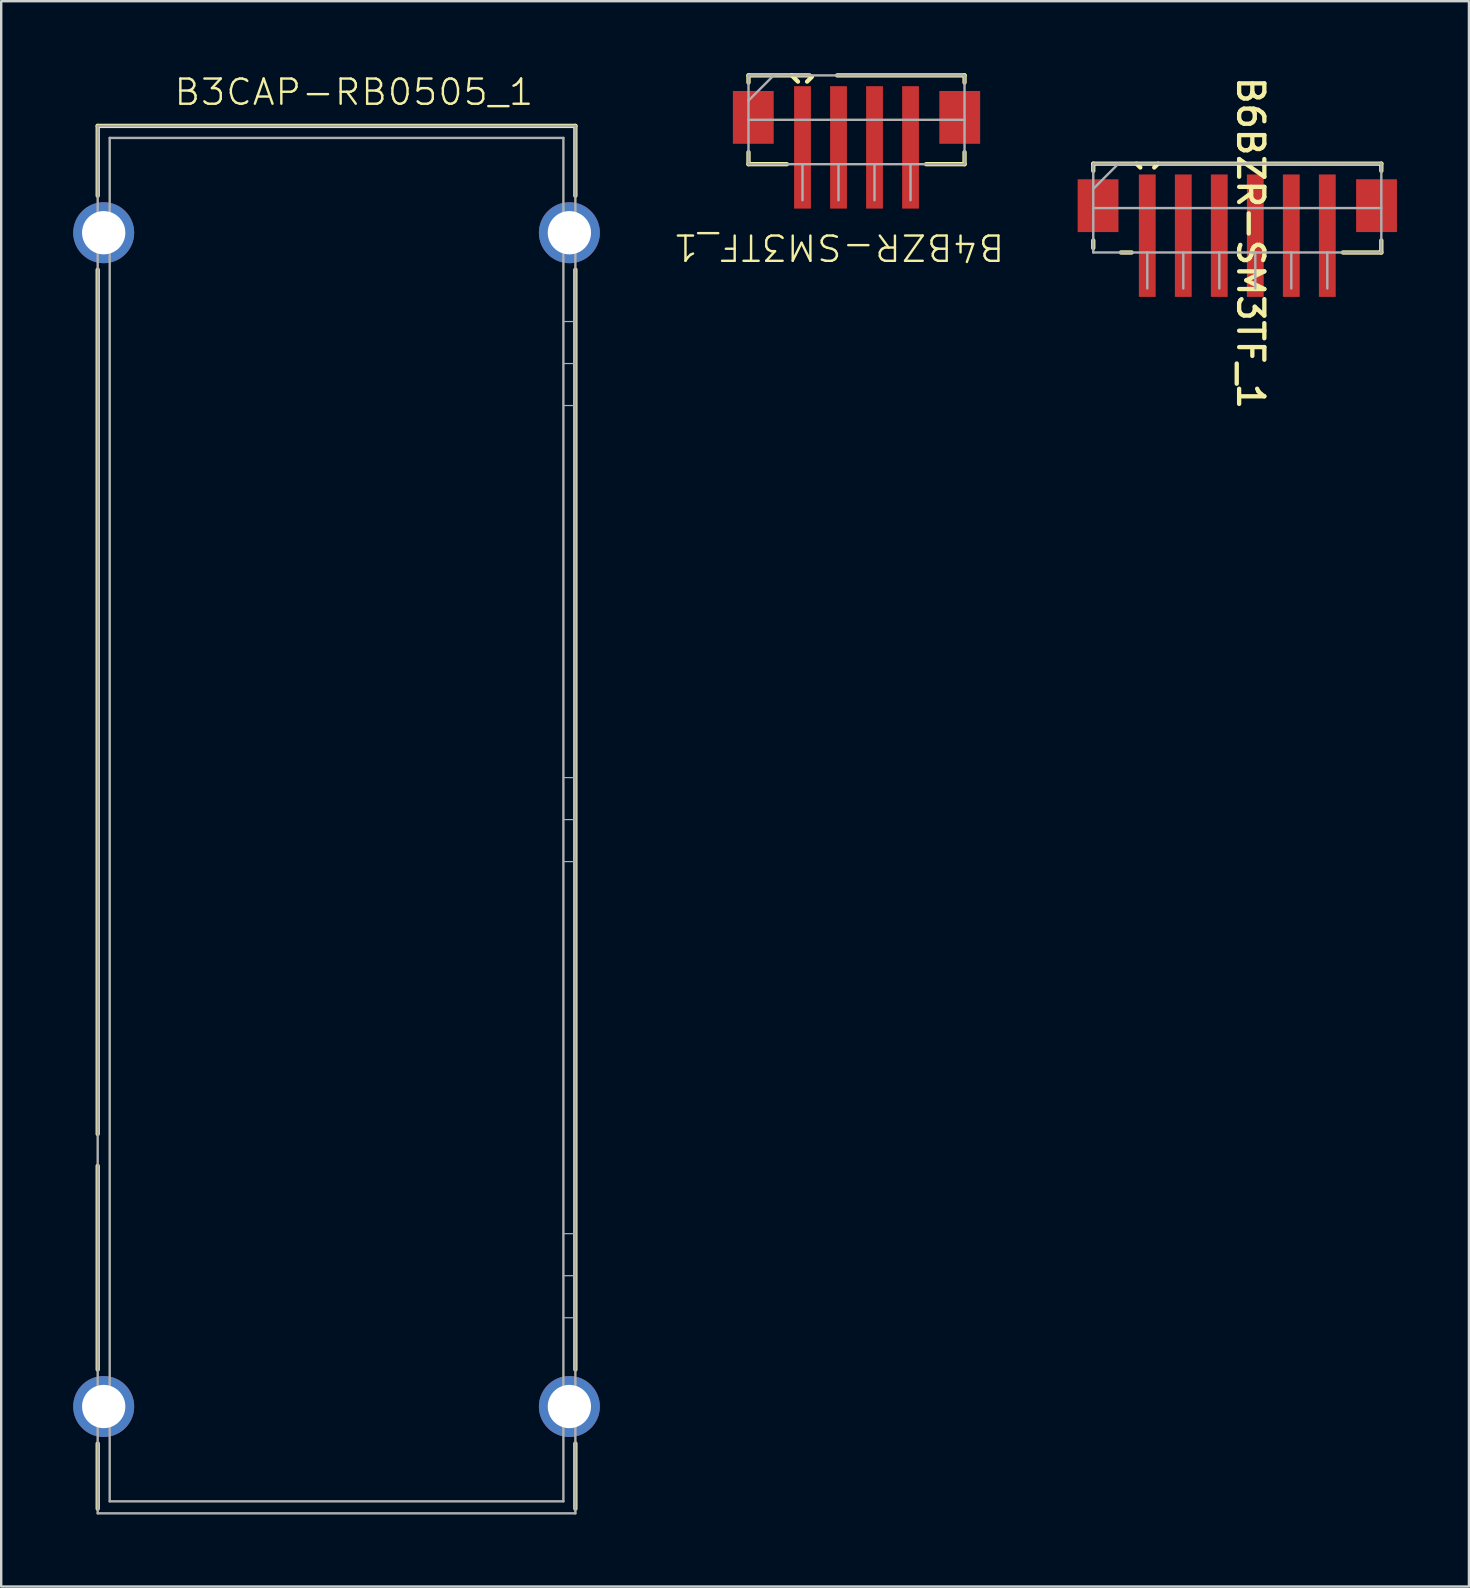
<source format=kicad_pcb>
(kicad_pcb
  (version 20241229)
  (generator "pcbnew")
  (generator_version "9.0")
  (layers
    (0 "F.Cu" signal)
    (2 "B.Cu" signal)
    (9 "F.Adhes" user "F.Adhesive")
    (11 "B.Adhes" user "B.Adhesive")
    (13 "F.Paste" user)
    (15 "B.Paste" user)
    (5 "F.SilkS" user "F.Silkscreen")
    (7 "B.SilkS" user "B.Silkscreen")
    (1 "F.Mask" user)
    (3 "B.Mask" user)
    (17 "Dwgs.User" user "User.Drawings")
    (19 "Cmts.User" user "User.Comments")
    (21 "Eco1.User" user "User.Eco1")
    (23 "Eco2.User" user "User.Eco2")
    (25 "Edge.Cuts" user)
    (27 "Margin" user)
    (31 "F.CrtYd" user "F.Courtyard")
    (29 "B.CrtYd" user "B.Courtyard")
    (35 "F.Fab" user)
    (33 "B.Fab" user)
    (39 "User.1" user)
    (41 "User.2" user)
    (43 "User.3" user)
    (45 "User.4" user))
  (footprint "B6BZR-SM3TF_1"
    (layer "F.Cu")
    (at 48.495 5.618)
    (property "Reference" "B6BZR-SM3TF_1" (at 0.553 1.455 270) (unlocked yes) (layer "F.SilkS") (effects (font (size 1.05 1.104) (thickness 0.18))))
    (attr smd)
    (fp_line (start -6 -1.85) (end 6 -1.85) (stroke (width 0.18) (type solid)) (layer "F.SilkS"))
    (fp_line (start -6 -1.55) (end -6 -1.85) (stroke (width 0.18) (type solid)) (layer "F.SilkS"))
    (fp_line (start -6 1.662) (end -6 1.35) (stroke (width 0.18) (type solid)) (layer "F.SilkS"))
    (fp_line (start -4.846 1.85) (end -4.4 1.85) (stroke (width 0.18) (type solid)) (layer "F.SilkS"))
    (fp_line (start -4.2 -1.85) (end -4.04 -1.69) (stroke (width 0.18) (type solid)) (layer "F.SilkS"))
    (fp_line (start -3.46 -1.69) (end -3.3 -1.85) (stroke (width 0.18) (type solid)) (layer "F.SilkS"))
    (fp_line (start 4.4 1.85) (end 6 1.85) (stroke (width 0.18) (type solid)) (layer "F.SilkS"))
    (fp_line (start 6 -1.55) (end 6 -1.85) (stroke (width 0.18) (type solid)) (layer "F.SilkS"))
    (fp_line (start 6 1.85) (end 6 1.35) (stroke (width 0.18) (type solid)) (layer "F.SilkS"))
    (fp_line (start -6 -1.85) (end 6 -1.85) (stroke (width 0.1) (type solid)) (layer "F.Fab"))
    (fp_line (start -6 -0.8) (end -4.95 -1.85) (stroke (width 0.1) (type solid)) (layer "F.Fab"))
    (fp_line (start -6 0) (end 6 0) (stroke (width 0.1) (type solid)) (layer "F.Fab"))
    (fp_line (start -6 1.85) (end -6 -1.85) (stroke (width 0.1) (type solid)) (layer "F.Fab"))
    (fp_line (start -6 1.85) (end 6 1.85) (stroke (width 0.1) (type solid)) (layer "F.Fab"))
    (fp_line (start -3.75 3.35) (end -3.75 1.85) (stroke (width 0.1) (type solid)) (layer "F.Fab"))
    (fp_line (start -2.25 3.35) (end -2.25 1.85) (stroke (width 0.1) (type solid)) (layer "F.Fab"))
    (fp_line (start -0.75 3.35) (end -0.75 1.85) (stroke (width 0.1) (type solid)) (layer "F.Fab"))
    (fp_line (start 0.75 3.35) (end 0.75 1.85) (stroke (width 0.1) (type solid)) (layer "F.Fab"))
    (fp_line (start 2.25 3.35) (end 2.25 1.85) (stroke (width 0.1) (type solid)) (layer "F.Fab"))
    (fp_line (start 3.75 3.35) (end 3.75 1.85) (stroke (width 0.1) (type solid)) (layer "F.Fab"))
    (fp_line (start 6 1.85) (end 6 -1.85) (stroke (width 0.1) (type solid)) (layer "F.Fab"))
    (pad "1" smd rect (at -3.75 1.15) (size 0.7 5.1) (layers "F.Cu" "F.Mask" "F.Paste"))
    (pad "2" smd rect (at -2.25 1.15) (size 0.7 5.1) (layers "F.Cu" "F.Mask" "F.Paste"))
    (pad "3" smd rect (at -0.75 1.15) (size 0.7 5.1) (layers "F.Cu" "F.Mask" "F.Paste"))
    (pad "4" smd rect (at 0.75 1.15) (size 0.7 5.1) (layers "F.Cu" "F.Mask" "F.Paste"))
    (pad "5" smd rect (at 2.25 1.15) (size 0.7 5.1) (layers "F.Cu" "F.Mask" "F.Paste"))
    (pad "6" smd rect (at 3.75 1.15) (size 0.7 5.1) (layers "F.Cu" "F.Mask" "F.Paste"))
    (pad "7" smd rect (at 5.8 -0.1) (size 1.7 2.2) (layers "F.Cu" "F.Mask" "F.Paste"))
    (pad "8" smd rect (at -5.8 -0.1) (size 1.7 2.2) (layers "F.Cu" "F.Mask" "F.Paste")))
  (footprint "B4BZR-SM3TF_1"
    (layer "F.Cu")
    (at 32.632 1.94)
    (property "Reference" "B4BZR-SM3TF_1" (at -0.739 5.304 180) (unlocked yes) (layer "F.SilkS") (effects (font (size 1.05 1.104) (thickness 0.1))))
    (attr smd)
    (fp_line (start -4.5 -1.85) (end -1.955 -1.85) (stroke (width 0.18) (type solid)) (layer "F.SilkS"))
    (fp_line (start -4.5 -1.55) (end -4.5 -1.85) (stroke (width 0.18) (type solid)) (layer "F.SilkS"))
    (fp_line (start -4.5 1.85) (end -4.5 1.35) (stroke (width 0.18) (type solid)) (layer "F.SilkS"))
    (fp_line (start -4.5 1.85) (end -2.9 1.85) (stroke (width 0.18) (type solid)) (layer "F.SilkS"))
    (fp_line (start -2.7 -1.85) (end -2.44 -1.59) (stroke (width 0.18) (type solid)) (layer "F.SilkS"))
    (fp_line (start -2.06 -1.59) (end -1.856 -1.794) (stroke (width 0.18) (type solid)) (layer "F.SilkS"))
    (fp_line (start -0.807 -1.85) (end 4.5 -1.85) (stroke (width 0.18) (type solid)) (layer "F.SilkS"))
    (fp_line (start 2.9 1.85) (end 4.5 1.85) (stroke (width 0.18) (type solid)) (layer "F.SilkS"))
    (fp_line (start 4.5 -1.55) (end 4.5 -1.85) (stroke (width 0.18) (type solid)) (layer "F.SilkS"))
    (fp_line (start 4.5 1.85) (end 4.5 1.35) (stroke (width 0.18) (type solid)) (layer "F.SilkS"))
    (fp_line (start -4.5 -1.85) (end 4.5 -1.85) (stroke (width 0.1) (type solid)) (layer "F.Fab"))
    (fp_line (start -4.5 -0.8) (end -3.45 -1.85) (stroke (width 0.1) (type solid)) (layer "F.Fab"))
    (fp_line (start -4.5 0) (end 4.5 0) (stroke (width 0.1) (type solid)) (layer "F.Fab"))
    (fp_line (start -4.5 1.85) (end -4.5 -1.85) (stroke (width 0.1) (type solid)) (layer "F.Fab"))
    (fp_line (start -4.5 1.85) (end 4.5 1.85) (stroke (width 0.1) (type solid)) (layer "F.Fab"))
    (fp_line (start -2.25 3.35) (end -2.25 1.85) (stroke (width 0.1) (type solid)) (layer "F.Fab"))
    (fp_line (start -0.75 3.35) (end -0.75 1.85) (stroke (width 0.1) (type solid)) (layer "F.Fab"))
    (fp_line (start 0.75 3.35) (end 0.75 1.85) (stroke (width 0.1) (type solid)) (layer "F.Fab"))
    (fp_line (start 2.25 3.35) (end 2.25 1.85) (stroke (width 0.1) (type solid)) (layer "F.Fab"))
    (fp_line (start 4.5 1.85) (end 4.5 -1.85) (stroke (width 0.1) (type solid)) (layer "F.Fab"))
    (pad "1" smd rect (at -2.25 1.15) (size 0.7 5.1) (layers "F.Cu" "F.Mask" "F.Paste"))
    (pad "2" smd rect (at -0.75 1.15) (size 0.7 5.1) (layers "F.Cu" "F.Mask" "F.Paste"))
    (pad "3" smd rect (at 0.75 1.15) (size 0.7 5.1) (layers "F.Cu" "F.Mask" "F.Paste"))
    (pad "4" smd rect (at 2.25 1.15) (size 0.7 5.1) (layers "F.Cu" "F.Mask" "F.Paste"))
    (pad "5" smd rect (at 4.3 -0.1) (size 1.7 2.2) (layers "F.Cu" "F.Mask" "F.Paste"))
    (pad "6" smd rect (at -4.3 -0.1) (size 1.7 2.2) (layers "F.Cu" "F.Mask" "F.Paste")))
  (footprint "B3CAP-RB0505_1"
    (layer "F.Cu")
    (at 10.97 31.095)
    (property "Reference" "B3CAP-RB0505_1" (at 0.723 -30.305 0) (unlocked yes) (layer "F.SilkS") (effects (font (size 1.05 1.104) (thickness 0.1))))
    (attr smd)
    (fp_line (start -9.95 -28.9) (end 9.95 -28.9) (stroke (width 0.18) (type solid)) (layer "F.SilkS"))
    (fp_line (start -9.95 -25.991) (end -9.95 -28.9) (stroke (width 0.18) (type solid)) (layer "F.SilkS"))
    (fp_line (start -9.95 13.096) (end -9.95 -22.909) (stroke (width 0.18) (type solid)) (layer "F.SilkS"))
    (fp_line (start -9.95 22.909) (end -9.95 14.425) (stroke (width 0.18) (type solid)) (layer "F.SilkS"))
    (fp_line (start -9.95 28.705) (end -9.95 25.991) (stroke (width 0.18) (type solid)) (layer "F.SilkS"))
    (fp_line (start 9.95 -25.991) (end 9.95 -28.9) (stroke (width 0.18) (type solid)) (layer "F.SilkS"))
    (fp_line (start 9.95 22.909) (end 9.95 -22.909) (stroke (width 0.18) (type solid)) (layer "F.SilkS"))
    (fp_line (start 9.95 28.705) (end 9.95 25.991) (stroke (width 0.18) (type solid)) (layer "F.SilkS"))
    (fp_line (start -9.95 -28.9) (end 9.95 -28.9) (stroke (width 0.1) (type solid)) (layer "F.Fab"))
    (fp_line (start -9.95 28.9) (end -9.95 -28.9) (stroke (width 0.1) (type solid)) (layer "F.Fab"))
    (fp_line (start -9.95 28.9) (end 9.95 28.9) (stroke (width 0.1) (type solid)) (layer "F.Fab"))
    (fp_line (start -9.45 -28.4) (end 9.45 -28.4) (stroke (width 0.1) (type solid)) (layer "F.Fab"))
    (fp_line (start -9.45 28.4) (end -9.45 -28.4) (stroke (width 0.1) (type solid)) (layer "F.Fab"))
    (fp_line (start -9.45 28.4) (end 9.45 28.4) (stroke (width 0.1) (type solid)) (layer "F.Fab"))
    (fp_line (start 9.45 -20.75) (end 9.95 -20.75) (stroke (width 0.05) (type solid)) (layer "F.Fab"))
    (fp_line (start 9.45 -19) (end 9.95 -19) (stroke (width 0.05) (type solid)) (layer "F.Fab"))
    (fp_line (start 9.45 -17.25) (end 9.95 -17.25) (stroke (width 0.05) (type solid)) (layer "F.Fab"))
    (fp_line (start 9.45 -1.75) (end 9.95 -1.75) (stroke (width 0.05) (type solid)) (layer "F.Fab"))
    (fp_line (start 9.45 0) (end 9.95 0) (stroke (width 0.05) (type solid)) (layer "F.Fab"))
    (fp_line (start 9.45 1.75) (end 9.95 1.75) (stroke (width 0.05) (type solid)) (layer "F.Fab"))
    (fp_line (start 9.45 17.25) (end 9.95 17.25) (stroke (width 0.05) (type solid)) (layer "F.Fab"))
    (fp_line (start 9.45 19) (end 9.95 19) (stroke (width 0.05) (type solid)) (layer "F.Fab"))
    (fp_line (start 9.45 20.75) (end 9.95 20.75) (stroke (width 0.05) (type solid)) (layer "F.Fab"))
    (fp_line (start 9.45 28.4) (end 9.45 -28.4) (stroke (width 0.1) (type solid)) (layer "F.Fab"))
    (fp_line (start 9.95 28.9) (end 9.95 -28.9) (stroke (width 0.1) (type solid)) (layer "F.Fab"))
    (pad "1" thru_hole circle (at -9.7 -24.45) (size 2.54 2.54) (drill 1.803) (layers "*.Cu" "*.Mask"))
    (pad "2" thru_hole circle (at 9.7 -24.45) (size 2.54 2.54) (drill 1.803) (layers "*.Cu" "*.Mask"))
    (pad "3" thru_hole circle (at 9.7 24.45) (size 2.54 2.54) (drill 1.803) (layers "*.Cu" "*.Mask"))
    (pad "4" thru_hole circle (at -9.7 24.45) (size 2.54 2.54) (drill 1.803) (layers "*.Cu" "*.Mask")))
  (gr_rect
    (start -3 -3)
    (end 58.145 63.045)
    (stroke (width 0.1) (type default))
    (fill no)
    (layer "Edge.Cuts")))
</source>
